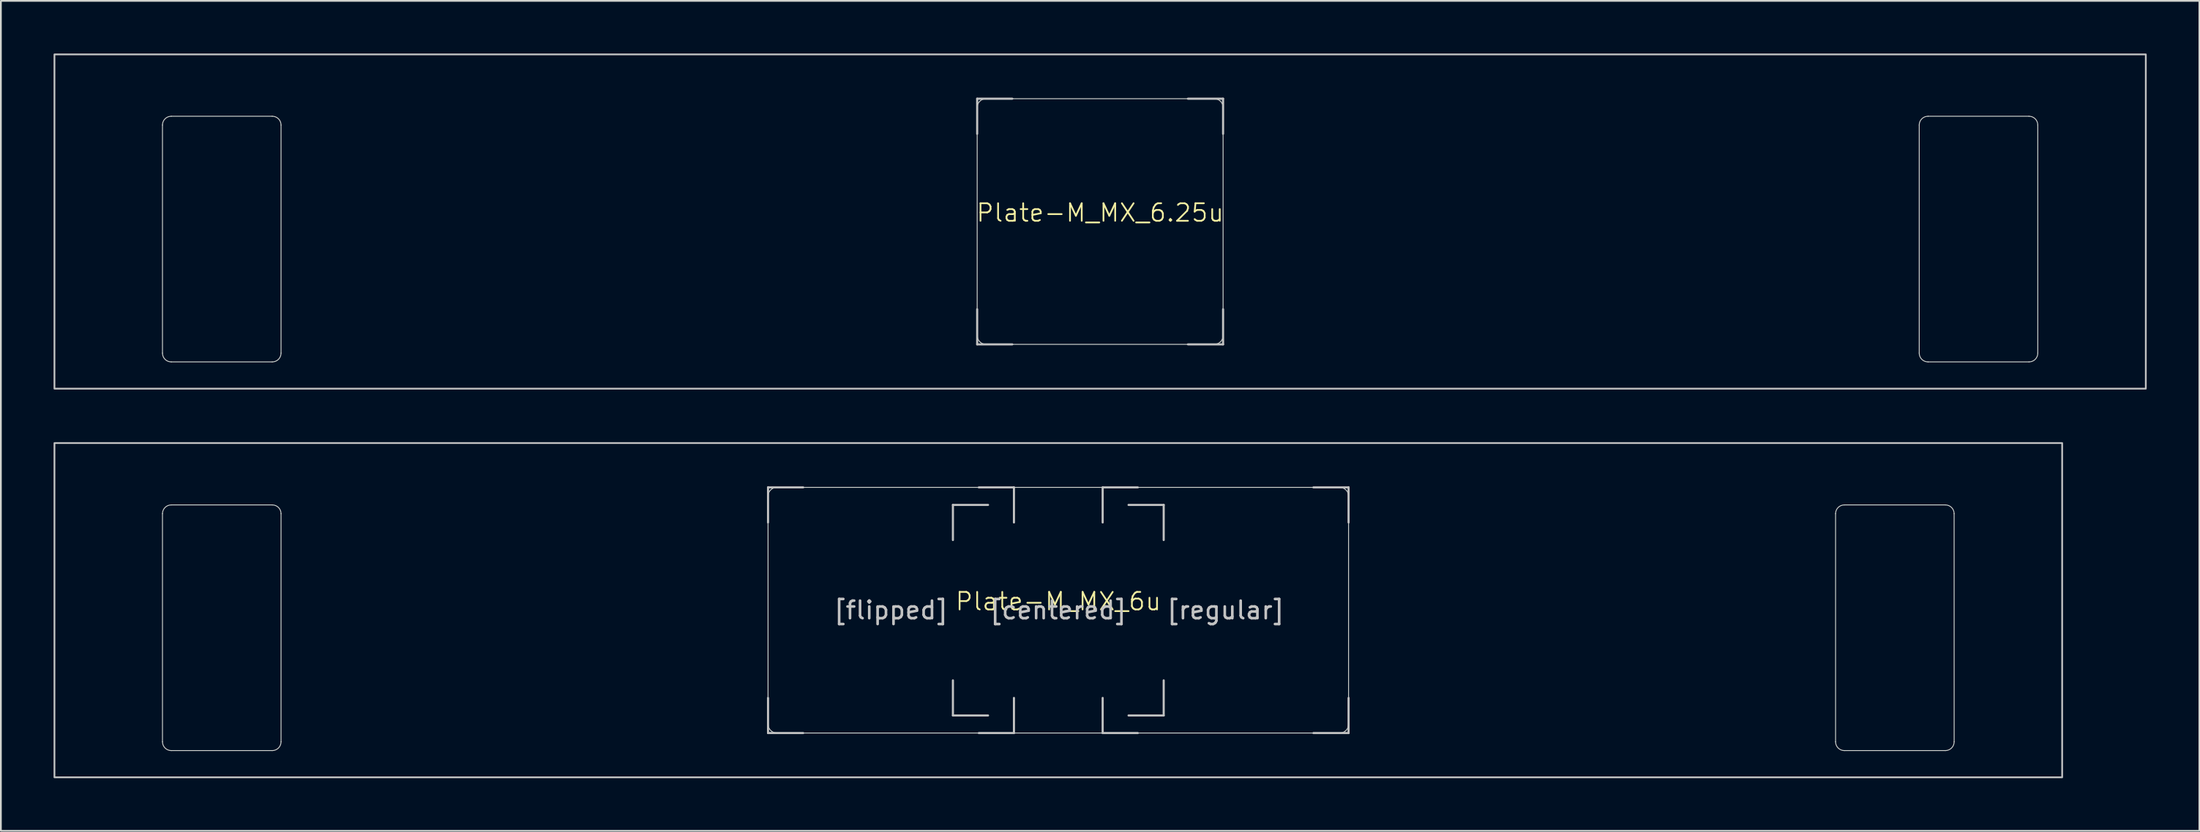
<source format=kicad_pcb>
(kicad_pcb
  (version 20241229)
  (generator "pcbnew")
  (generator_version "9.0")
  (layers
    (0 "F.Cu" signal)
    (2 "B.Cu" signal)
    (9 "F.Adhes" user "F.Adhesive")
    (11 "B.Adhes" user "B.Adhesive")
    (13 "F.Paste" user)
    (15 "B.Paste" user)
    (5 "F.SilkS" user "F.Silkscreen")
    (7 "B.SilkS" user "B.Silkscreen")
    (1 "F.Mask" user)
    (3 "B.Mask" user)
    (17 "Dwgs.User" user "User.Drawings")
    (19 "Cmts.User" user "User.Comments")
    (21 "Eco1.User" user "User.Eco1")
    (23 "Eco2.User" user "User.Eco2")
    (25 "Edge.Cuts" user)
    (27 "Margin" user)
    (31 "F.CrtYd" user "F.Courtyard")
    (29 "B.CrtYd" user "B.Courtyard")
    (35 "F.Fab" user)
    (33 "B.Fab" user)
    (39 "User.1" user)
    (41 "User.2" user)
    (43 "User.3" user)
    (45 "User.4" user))
  (footprint "Plate-M_MX_6u"
    (layer "F.Cu")
    (at 57.2 31.725)
    (property "Reference" "Plate-M_MX_6u" (at 0 -0.5 0) (unlocked yes) (layer "F.SilkS") (effects (font (size 1 1) (thickness 0.1))))
    (attr exclude_from_pos_files exclude_from_bom allow_missing_courtyard)
    (fp_line (start -51 -5.5) (end -51 7.5) (stroke (width 1.1) (type solid)) (layer "F.Mask"))
    (fp_line (start -50.5 -6) (end -44.75 -6) (stroke (width 1.1) (type solid)) (layer "F.Mask"))
    (fp_line (start -50.5 8) (end -44.75 8) (stroke (width 1.1) (type solid)) (layer "F.Mask"))
    (fp_line (start -44.25 -5.5) (end -44.25 7.5) (stroke (width 1.1) (type solid)) (layer "F.Mask"))
    (fp_line (start -16.525 -6.5) (end -16.525 6.5) (stroke (width 1.1) (type solid)) (layer "F.Mask"))
    (fp_line (start -16.025 7) (end 16.025 7) (stroke (width 1.1) (type solid)) (layer "F.Mask"))
    (fp_line (start 16.025 -7) (end -16.025 -7) (stroke (width 1.1) (type solid)) (layer "F.Mask"))
    (fp_line (start 16.525 6.5) (end 16.525 -6.5) (stroke (width 1.1) (type solid)) (layer "F.Mask"))
    (fp_line (start 44.25 -5.5) (end 44.25 7.5) (stroke (width 1.1) (type solid)) (layer "F.Mask"))
    (fp_line (start 44.75 -6) (end 50.5 -6) (stroke (width 1.1) (type solid)) (layer "F.Mask"))
    (fp_line (start 44.75 8) (end 50.5 8) (stroke (width 1.1) (type solid)) (layer "F.Mask"))
    (fp_line (start 51 -5.5) (end 51 7.5) (stroke (width 1.1) (type solid)) (layer "F.Mask"))
    (fp_arc (start -51 -5.499999) (mid -50.853553 -5.853552) (end -50.5 -5.999999) (stroke (width 1.1) (type solid)) (layer "F.Mask"))
    (fp_arc (start -50.5 8.000001) (mid -50.853553 7.853554) (end -51 7.500001) (stroke (width 1.1) (type solid)) (layer "F.Mask"))
    (fp_arc (start -44.75 -5.999999) (mid -44.396447 -5.853552) (end -44.25 -5.499999) (stroke (width 1.1) (type solid)) (layer "F.Mask"))
    (fp_arc (start -44.25 7.500001) (mid -44.396447 7.853554) (end -44.75 8.000001) (stroke (width 1.1) (type solid)) (layer "F.Mask"))
    (fp_arc (start -16.525 -6.5) (mid -16.378554 -6.853554) (end -16.025 -7) (stroke (width 1.1) (type solid)) (layer "F.Mask"))
    (fp_arc (start -16.022236 6.998884) (mid -16.37579 6.852438) (end -16.522236 6.498884) (stroke (width 1.1) (type solid)) (layer "F.Mask"))
    (fp_arc (start 16.025 -7) (mid 16.378553 -6.853553) (end 16.525 -6.5) (stroke (width 1.1) (type solid)) (layer "F.Mask"))
    (fp_arc (start 16.525 6.5) (mid 16.378553 6.853553) (end 16.025 7) (stroke (width 1.1) (type solid)) (layer "F.Mask"))
    (fp_arc (start 44.25 -5.499999) (mid 44.396447 -5.853552) (end 44.75 -5.999999) (stroke (width 1.1) (type solid)) (layer "F.Mask"))
    (fp_arc (start 44.75 8.000001) (mid 44.396447 7.853554) (end 44.25 7.500001) (stroke (width 1.1) (type solid)) (layer "F.Mask"))
    (fp_arc (start 50.5 -5.999999) (mid 50.853553 -5.853552) (end 51 -5.499999) (stroke (width 1.1) (type solid)) (layer "F.Mask"))
    (fp_arc (start 51 7.500001) (mid 50.853553 7.853554) (end 50.5 8.000001) (stroke (width 1.1) (type solid)) (layer "F.Mask"))
    (fp_line (start -51 -5.5) (end -51 7.5) (stroke (width 1.1) (type solid)) (layer "B.Mask"))
    (fp_line (start -44.75 -6) (end -50.5 -6) (stroke (width 1.1) (type solid)) (layer "B.Mask"))
    (fp_line (start -44.75 8) (end -50.5 8) (stroke (width 1.1) (type solid)) (layer "B.Mask"))
    (fp_line (start -44.25 -5.5) (end -44.25 7.5) (stroke (width 1.1) (type solid)) (layer "B.Mask"))
    (fp_line (start -16.525 6.5) (end -16.525 -6.5) (stroke (width 1.1) (type solid)) (layer "B.Mask"))
    (fp_line (start -16.025 -7) (end 16.025 -7) (stroke (width 1.1) (type solid)) (layer "B.Mask"))
    (fp_line (start 16.022 6.999) (end -16.025 7) (stroke (width 1.1) (type solid)) (layer "B.Mask"))
    (fp_line (start 16.525 -6.5) (end 16.525 6.5) (stroke (width 1.1) (type solid)) (layer "B.Mask"))
    (fp_line (start 44.25 -5.5) (end 44.25 7.5) (stroke (width 1.1) (type solid)) (layer "B.Mask"))
    (fp_line (start 50.5 -6) (end 44.75 -6) (stroke (width 1.1) (type solid)) (layer "B.Mask"))
    (fp_line (start 50.5 8) (end 44.75 8) (stroke (width 1.1) (type solid)) (layer "B.Mask"))
    (fp_line (start 51 -5.5) (end 51 7.5) (stroke (width 1.1) (type solid)) (layer "B.Mask"))
    (fp_arc (start -51 -5.499999) (mid -50.853553 -5.853552) (end -50.5 -5.999999) (stroke (width 1.1) (type solid)) (layer "B.Mask"))
    (fp_arc (start -50.5 8.000001) (mid -50.853553 7.853554) (end -51 7.500001) (stroke (width 1.1) (type solid)) (layer "B.Mask"))
    (fp_arc (start -44.75 -5.999999) (mid -44.396447 -5.853552) (end -44.25 -5.499999) (stroke (width 1.1) (type solid)) (layer "B.Mask"))
    (fp_arc (start -44.25 7.500001) (mid -44.396447 7.853554) (end -44.75 8.000001) (stroke (width 1.1) (type solid)) (layer "B.Mask"))
    (fp_arc (start -16.525 -6.5) (mid -16.378553 -6.853553) (end -16.025 -7) (stroke (width 1.1) (type solid)) (layer "B.Mask"))
    (fp_arc (start -16.025 7) (mid -16.378553 6.853553) (end -16.525 6.5) (stroke (width 1.1) (type solid)) (layer "B.Mask"))
    (fp_arc (start 16.025 -7) (mid 16.378553 -6.853553) (end 16.525 -6.5) (stroke (width 1.1) (type solid)) (layer "B.Mask"))
    (fp_arc (start 16.522236 6.498884) (mid 16.375797 6.85246) (end 16.022236 6.998884) (stroke (width 1.1) (type solid)) (layer "B.Mask"))
    (fp_arc (start 44.25 -5.499999) (mid 44.396447 -5.853552) (end 44.75 -5.999999) (stroke (width 1.1) (type solid)) (layer "B.Mask"))
    (fp_arc (start 44.75 8.000001) (mid 44.396447 7.853554) (end 44.25 7.500001) (stroke (width 1.1) (type solid)) (layer "B.Mask"))
    (fp_arc (start 50.5 -5.999999) (mid 50.853553 -5.853552) (end 51 -5.499999) (stroke (width 1.1) (type solid)) (layer "B.Mask"))
    (fp_arc (start 51 7.500001) (mid 50.853553 7.853554) (end 50.5 8.000001) (stroke (width 1.1) (type solid)) (layer "B.Mask"))
    (fp_line (start -16.525 -7) (end -14.525 -7) (stroke (width 0.12) (type solid)) (layer "Dwgs.User"))
    (fp_line (start -16.525 -5) (end -16.525 -7) (stroke (width 0.12) (type solid)) (layer "Dwgs.User"))
    (fp_line (start -16.525 7) (end -16.525 5) (stroke (width 0.12) (type solid)) (layer "Dwgs.User"))
    (fp_line (start -14.525 7) (end -16.525 7) (stroke (width 0.12) (type solid)) (layer "Dwgs.User"))
    (fp_line (start -6 -6) (end -4 -6) (stroke (width 0.12) (type solid)) (layer "Dwgs.User"))
    (fp_line (start -6 -4) (end -6 -6) (stroke (width 0.12) (type solid)) (layer "Dwgs.User"))
    (fp_line (start -6 6) (end -6 4) (stroke (width 0.12) (type solid)) (layer "Dwgs.User"))
    (fp_line (start -4.525 -7) (end -2.525 -7) (stroke (width 0.12) (type solid)) (layer "Dwgs.User"))
    (fp_line (start -4.525 7) (end -2.525 7) (stroke (width 0.12) (type solid)) (layer "Dwgs.User"))
    (fp_line (start -4 6) (end -6 6) (stroke (width 0.12) (type solid)) (layer "Dwgs.User"))
    (fp_line (start -2.525 -7) (end -2.525 -5) (stroke (width 0.12) (type solid)) (layer "Dwgs.User"))
    (fp_line (start -2.525 7) (end -2.525 5) (stroke (width 0.12) (type solid)) (layer "Dwgs.User"))
    (fp_line (start 2.525 -7) (end 4.525 -7) (stroke (width 0.12) (type solid)) (layer "Dwgs.User"))
    (fp_line (start 2.525 -5) (end 2.525 -7) (stroke (width 0.12) (type solid)) (layer "Dwgs.User"))
    (fp_line (start 2.525 7) (end 2.525 5) (stroke (width 0.12) (type solid)) (layer "Dwgs.User"))
    (fp_line (start 4 6) (end 6 6) (stroke (width 0.12) (type solid)) (layer "Dwgs.User"))
    (fp_line (start 4.525 7) (end 2.525 7) (stroke (width 0.12) (type solid)) (layer "Dwgs.User"))
    (fp_line (start 6 -6) (end 4 -6) (stroke (width 0.12) (type solid)) (layer "Dwgs.User"))
    (fp_line (start 6 -4) (end 6 -6) (stroke (width 0.12) (type solid)) (layer "Dwgs.User"))
    (fp_line (start 6 6) (end 6 4) (stroke (width 0.12) (type solid)) (layer "Dwgs.User"))
    (fp_line (start 14.525 -7) (end 16.525 -7) (stroke (width 0.12) (type solid)) (layer "Dwgs.User"))
    (fp_line (start 14.525 7) (end 16.525 7) (stroke (width 0.12) (type solid)) (layer "Dwgs.User"))
    (fp_line (start 16.525 -7) (end 16.525 -5) (stroke (width 0.12) (type solid)) (layer "Dwgs.User"))
    (fp_line (start 16.525 7) (end 16.525 5) (stroke (width 0.12) (type solid)) (layer "Dwgs.User"))
    (fp_rect (start -57.15 -9.525) (end 57.15 9.525) (stroke (width 0.1) (type solid)) (fill no) (layer "Dwgs.User"))
    (fp_line (start -51 -5.5) (end -51 7.5) (stroke (width 0.05) (type solid)) (layer "Edge.Cuts"))
    (fp_line (start -50.5 -6) (end -44.75 -6) (stroke (width 0.05) (type solid)) (layer "Edge.Cuts"))
    (fp_line (start -50.5 8) (end -44.75 8) (stroke (width 0.05) (type solid)) (layer "Edge.Cuts"))
    (fp_line (start -44.25 -5.5) (end -44.25 7.5) (stroke (width 0.05) (type solid)) (layer "Edge.Cuts"))
    (fp_line (start -16.525 -6.5) (end -16.525 6.5) (stroke (width 0.05) (type solid)) (layer "Edge.Cuts"))
    (fp_line (start -16.025 7) (end 16.025 7) (stroke (width 0.05) (type solid)) (layer "Edge.Cuts"))
    (fp_line (start 16.025 -7) (end -16.025 -7) (stroke (width 0.05) (type solid)) (layer "Edge.Cuts"))
    (fp_line (start 16.525 6.5) (end 16.525 -6.5) (stroke (width 0.05) (type solid)) (layer "Edge.Cuts"))
    (fp_line (start 44.251 -5.5) (end 44.251 7.5) (stroke (width 0.05) (type solid)) (layer "Edge.Cuts"))
    (fp_line (start 44.751 -6) (end 50.499 -6) (stroke (width 0.05) (type solid)) (layer "Edge.Cuts"))
    (fp_line (start 44.751 8) (end 50.501 8) (stroke (width 0.05) (type solid)) (layer "Edge.Cuts"))
    (fp_line (start 50.999 -5.5) (end 51.001 7.5) (stroke (width 0.05) (type solid)) (layer "Edge.Cuts"))
    (fp_arc (start -51 -5.499999) (mid -50.853553 -5.853552) (end -50.5 -5.999999) (stroke (width 0.05) (type solid)) (layer "Edge.Cuts"))
    (fp_arc (start -50.5 8.000001) (mid -50.853553 7.853554) (end -51 7.500001) (stroke (width 0.05) (type solid)) (layer "Edge.Cuts"))
    (fp_arc (start -44.75 -5.999999) (mid -44.396447 -5.853552) (end -44.25 -5.499999) (stroke (width 0.05) (type solid)) (layer "Edge.Cuts"))
    (fp_arc (start -44.25 7.500001) (mid -44.396447 7.853554) (end -44.75 8.000001) (stroke (width 0.05) (type solid)) (layer "Edge.Cuts"))
    (fp_arc (start -16.525 -6.5) (mid -16.378553 -6.853553) (end -16.025 -7) (stroke (width 0.05) (type solid)) (layer "Edge.Cuts"))
    (fp_arc (start -16.022236 6.998884) (mid -16.375789 6.852437) (end -16.522236 6.498884) (stroke (width 0.05) (type solid)) (layer "Edge.Cuts"))
    (fp_arc (start 16.025 -7) (mid 16.378553 -6.853553) (end 16.525 -6.5) (stroke (width 0.05) (type solid)) (layer "Edge.Cuts"))
    (fp_arc (start 16.525 6.5) (mid 16.378553 6.853553) (end 16.025 7) (stroke (width 0.05) (type solid)) (layer "Edge.Cuts"))
    (fp_arc (start 44.250605 -5.499999) (mid 44.397049 -5.853569) (end 44.750605 -5.999999) (stroke (width 0.05) (type solid)) (layer "Edge.Cuts"))
    (fp_arc (start 44.750605 8.000001) (mid 44.397045 7.853545) (end 44.250605 7.500001) (stroke (width 0.05) (type solid)) (layer "Edge.Cuts"))
    (fp_arc (start 50.499394 -5.999999) (mid 50.852954 -5.853543) (end 50.999394 -5.499999) (stroke (width 0.05) (type solid)) (layer "Edge.Cuts"))
    (fp_arc (start 51.000605 7.500001) (mid 50.854155 7.853538) (end 50.500605 8.000001) (stroke (width 0.05) (type solid)) (layer "Edge.Cuts"))
    (fp_text user "[flipped]" (at -9.525 0 0) (layer "Dwgs.User") (effects (font (size 1 1) (thickness 0.15))))
    (fp_text user "[centered]" (at 0 0 0) (layer "Dwgs.User") (effects (font (size 1 1) (thickness 0.15))))
    (fp_text user "[regular]" (at 9.525 0 0) (layer "Dwgs.User") (effects (font (size 1 1) (thickness 0.15)))))
  (footprint "Plate-M_MX_6.25u"
    (layer "F.Cu")
    (at 59.581 9.575)
    (property "Reference" "Plate-M_MX_6.25u" (at 0 -0.5 0) (unlocked yes) (layer "F.SilkS") (effects (font (size 1 1) (thickness 0.1))))
    (attr exclude_from_pos_files exclude_from_bom allow_missing_courtyard)
    (fp_line (start -53.381 -5.5) (end -53.381 7.5) (stroke (width 1.1) (type solid)) (layer "F.Mask"))
    (fp_line (start -52.881 -6) (end -47.131 -6) (stroke (width 1.1) (type solid)) (layer "F.Mask"))
    (fp_line (start -52.881 8) (end -47.131 8) (stroke (width 1.1) (type solid)) (layer "F.Mask"))
    (fp_line (start -46.631 -5.5) (end -46.631 7.5) (stroke (width 1.1) (type solid)) (layer "F.Mask"))
    (fp_line (start -7 -6.5) (end -7 6.5) (stroke (width 1.1) (type solid)) (layer "F.Mask"))
    (fp_line (start -6.5 7) (end 6.5 7) (stroke (width 1.1) (type solid)) (layer "F.Mask"))
    (fp_line (start 6.5 -7) (end -6.5 -7) (stroke (width 1.1) (type solid)) (layer "F.Mask"))
    (fp_line (start 7 6.5) (end 7 -6.5) (stroke (width 1.1) (type solid)) (layer "F.Mask"))
    (fp_line (start 46.631 -5.5) (end 46.631 7.5) (stroke (width 1.1) (type solid)) (layer "F.Mask"))
    (fp_line (start 47.131 -6) (end 52.881 -6) (stroke (width 1.1) (type solid)) (layer "F.Mask"))
    (fp_line (start 47.131 8) (end 52.881 8) (stroke (width 1.1) (type solid)) (layer "F.Mask"))
    (fp_line (start 53.381 -5.5) (end 53.381 7.5) (stroke (width 1.1) (type solid)) (layer "F.Mask"))
    (fp_arc (start -53.38125 -5.499999) (mid -53.234803 -5.853552) (end -52.88125 -5.999999) (stroke (width 1.1) (type solid)) (layer "F.Mask"))
    (fp_arc (start -52.88125 8.000001) (mid -53.234803 7.853554) (end -53.38125 7.500001) (stroke (width 1.1) (type solid)) (layer "F.Mask"))
    (fp_arc (start -47.13125 -5.999999) (mid -46.777697 -5.853552) (end -46.63125 -5.499999) (stroke (width 1.1) (type solid)) (layer "F.Mask"))
    (fp_arc (start -46.63125 7.500001) (mid -46.777697 7.853554) (end -47.13125 8.000001) (stroke (width 1.1) (type solid)) (layer "F.Mask"))
    (fp_arc (start -7 -6.5) (mid -6.853554 -6.853554) (end -6.5 -7) (stroke (width 1.1) (type solid)) (layer "F.Mask"))
    (fp_arc (start -6.497236 6.998884) (mid -6.85079 6.852438) (end -6.997236 6.498884) (stroke (width 1.1) (type solid)) (layer "F.Mask"))
    (fp_arc (start 6.5 -7) (mid 6.853554 -6.853554) (end 7 -6.5) (stroke (width 1.1) (type solid)) (layer "F.Mask"))
    (fp_arc (start 7 6.5) (mid 6.853554 6.853554) (end 6.5 7) (stroke (width 1.1) (type solid)) (layer "F.Mask"))
    (fp_arc (start 46.63125 -5.499999) (mid 46.777697 -5.853552) (end 47.13125 -5.999999) (stroke (width 1.1) (type solid)) (layer "F.Mask"))
    (fp_arc (start 47.13125 8.000001) (mid 46.777697 7.853554) (end 46.63125 7.500001) (stroke (width 1.1) (type solid)) (layer "F.Mask"))
    (fp_arc (start 52.88125 -5.999999) (mid 53.234803 -5.853552) (end 53.38125 -5.499999) (stroke (width 1.1) (type solid)) (layer "F.Mask"))
    (fp_arc (start 53.38125 7.500001) (mid 53.234803 7.853554) (end 52.88125 8.000001) (stroke (width 1.1) (type solid)) (layer "F.Mask"))
    (fp_line (start -53.381 -5.5) (end -53.381 7.5) (stroke (width 1.1) (type solid)) (layer "B.Mask"))
    (fp_line (start -47.131 -6) (end -52.881 -6) (stroke (width 1.1) (type solid)) (layer "B.Mask"))
    (fp_line (start -47.131 8) (end -52.881 8) (stroke (width 1.1) (type solid)) (layer "B.Mask"))
    (fp_line (start -46.631 -5.5) (end -46.631 7.5) (stroke (width 1.1) (type solid)) (layer "B.Mask"))
    (fp_line (start -7 6.5) (end -7 -6.5) (stroke (width 1.1) (type solid)) (layer "B.Mask"))
    (fp_line (start -6.5 -7) (end 6.5 -7) (stroke (width 1.1) (type solid)) (layer "B.Mask"))
    (fp_line (start 6.5 7) (end -6.5 7) (stroke (width 1.1) (type solid)) (layer "B.Mask"))
    (fp_line (start 7 -6.5) (end 7 6.5) (stroke (width 1.1) (type solid)) (layer "B.Mask"))
    (fp_line (start 46.631 -5.5) (end 46.631 7.5) (stroke (width 1.1) (type solid)) (layer "B.Mask"))
    (fp_line (start 52.881 -6) (end 47.131 -6) (stroke (width 1.1) (type solid)) (layer "B.Mask"))
    (fp_line (start 52.881 8) (end 47.131 8) (stroke (width 1.1) (type solid)) (layer "B.Mask"))
    (fp_line (start 53.381 -5.5) (end 53.381 7.5) (stroke (width 1.1) (type solid)) (layer "B.Mask"))
    (fp_arc (start -53.38125 -5.499999) (mid -53.234803 -5.853552) (end -52.88125 -5.999999) (stroke (width 1.1) (type solid)) (layer "B.Mask"))
    (fp_arc (start -52.88125 8.000001) (mid -53.234803 7.853554) (end -53.38125 7.500001) (stroke (width 1.1) (type solid)) (layer "B.Mask"))
    (fp_arc (start -47.13125 -5.999999) (mid -46.777697 -5.853552) (end -46.63125 -5.499999) (stroke (width 1.1) (type solid)) (layer "B.Mask"))
    (fp_arc (start -46.63125 7.500001) (mid -46.777697 7.853554) (end -47.13125 8.000001) (stroke (width 1.1) (type solid)) (layer "B.Mask"))
    (fp_arc (start -7 -6.5) (mid -6.853553 -6.853553) (end -6.5 -7) (stroke (width 1.1) (type solid)) (layer "B.Mask"))
    (fp_arc (start -6.5 7) (mid -6.853553 6.853553) (end -7 6.5) (stroke (width 1.1) (type solid)) (layer "B.Mask"))
    (fp_arc (start 6.5 -7) (mid 6.853554 -6.853554) (end 7 -6.5) (stroke (width 1.1) (type solid)) (layer "B.Mask"))
    (fp_arc (start 6.997236 6.498884) (mid 6.85079 6.852438) (end 6.497236 6.998884) (stroke (width 1.1) (type solid)) (layer "B.Mask"))
    (fp_arc (start 46.63125 -5.499999) (mid 46.777697 -5.853552) (end 47.13125 -5.999999) (stroke (width 1.1) (type solid)) (layer "B.Mask"))
    (fp_arc (start 47.13125 8.000001) (mid 46.777697 7.853554) (end 46.63125 7.500001) (stroke (width 1.1) (type solid)) (layer "B.Mask"))
    (fp_arc (start 52.88125 -5.999999) (mid 53.234803 -5.853552) (end 53.38125 -5.499999) (stroke (width 1.1) (type solid)) (layer "B.Mask"))
    (fp_arc (start 53.38125 7.500001) (mid 53.234803 7.853554) (end 52.88125 8.000001) (stroke (width 1.1) (type solid)) (layer "B.Mask"))
    (fp_line (start -7 -7) (end -5 -7) (stroke (width 0.12) (type solid)) (layer "Dwgs.User"))
    (fp_line (start -7 -5) (end -7 -7) (stroke (width 0.12) (type solid)) (layer "Dwgs.User"))
    (fp_line (start -7 7) (end -7 5) (stroke (width 0.12) (type solid)) (layer "Dwgs.User"))
    (fp_line (start -5 7) (end -7 7) (stroke (width 0.12) (type solid)) (layer "Dwgs.User"))
    (fp_line (start 5 -7) (end 7 -7) (stroke (width 0.12) (type solid)) (layer "Dwgs.User"))
    (fp_line (start 5 7) (end 7 7) (stroke (width 0.12) (type solid)) (layer "Dwgs.User"))
    (fp_line (start 7 -7) (end 7 -5) (stroke (width 0.12) (type solid)) (layer "Dwgs.User"))
    (fp_line (start 7 7) (end 7 5) (stroke (width 0.12) (type solid)) (layer "Dwgs.User"))
    (fp_rect (start -59.531 -9.525) (end 59.531 9.525) (stroke (width 0.1) (type solid)) (fill no) (layer "Dwgs.User"))
    (fp_line (start -53.381 -5.5) (end -53.381 7.5) (stroke (width 0.05) (type solid)) (layer "Edge.Cuts"))
    (fp_line (start -52.881 -6) (end -47.131 -6) (stroke (width 0.05) (type solid)) (layer "Edge.Cuts"))
    (fp_line (start -52.881 8) (end -47.131 8) (stroke (width 0.05) (type solid)) (layer "Edge.Cuts"))
    (fp_line (start -46.631 -5.5) (end -46.631 7.5) (stroke (width 0.05) (type solid)) (layer "Edge.Cuts"))
    (fp_line (start -7 -6.5) (end -7 6.5) (stroke (width 0.05) (type solid)) (layer "Edge.Cuts"))
    (fp_line (start -6.5 7) (end 6.5 7) (stroke (width 0.05) (type solid)) (layer "Edge.Cuts"))
    (fp_line (start 6.5 -7) (end -6.5 -7) (stroke (width 0.05) (type solid)) (layer "Edge.Cuts"))
    (fp_line (start 7 6.5) (end 7 -6.5) (stroke (width 0.05) (type solid)) (layer "Edge.Cuts"))
    (fp_line (start 46.632 -5.5) (end 46.632 7.5) (stroke (width 0.05) (type solid)) (layer "Edge.Cuts"))
    (fp_line (start 47.132 -6) (end 52.881 -6) (stroke (width 0.05) (type solid)) (layer "Edge.Cuts"))
    (fp_line (start 47.132 8) (end 52.882 8) (stroke (width 0.05) (type solid)) (layer "Edge.Cuts"))
    (fp_line (start 53.381 -5.5) (end 53.382 7.5) (stroke (width 0.05) (type solid)) (layer "Edge.Cuts"))
    (fp_arc (start -53.38125 -5.499999) (mid -53.234803 -5.853552) (end -52.88125 -5.999999) (stroke (width 0.05) (type solid)) (layer "Edge.Cuts"))
    (fp_arc (start -52.88125 8.000001) (mid -53.234803 7.853554) (end -53.38125 7.500001) (stroke (width 0.05) (type solid)) (layer "Edge.Cuts"))
    (fp_arc (start -47.13125 -5.999999) (mid -46.777697 -5.853552) (end -46.63125 -5.499999) (stroke (width 0.05) (type solid)) (layer "Edge.Cuts"))
    (fp_arc (start -46.63125 7.500001) (mid -46.777697 7.853554) (end -47.13125 8.000001) (stroke (width 0.05) (type solid)) (layer "Edge.Cuts"))
    (fp_arc (start -7 -6.5) (mid -6.853553 -6.853553) (end -6.5 -7) (stroke (width 0.05) (type solid)) (layer "Edge.Cuts"))
    (fp_arc (start -6.497236 6.998884) (mid -6.850789 6.852437) (end -6.997236 6.498884) (stroke (width 0.05) (type solid)) (layer "Edge.Cuts"))
    (fp_arc (start 6.5 -7) (mid 6.853554 -6.853554) (end 7 -6.5) (stroke (width 0.05) (type solid)) (layer "Edge.Cuts"))
    (fp_arc (start 7 6.5) (mid 6.853554 6.853554) (end 6.5 7) (stroke (width 0.05) (type solid)) (layer "Edge.Cuts"))
    (fp_arc (start 46.631855 -5.499999) (mid 46.778302 -5.853551) (end 47.131855 -5.999999) (stroke (width 0.05) (type solid)) (layer "Edge.Cuts"))
    (fp_arc (start 47.131855 8.000001) (mid 46.778327 7.853527) (end 46.631855 7.500001) (stroke (width 0.05) (type solid)) (layer "Edge.Cuts"))
    (fp_arc (start 52.880644 -5.999999) (mid 53.234172 -5.853525) (end 53.380644 -5.499999) (stroke (width 0.05) (type solid)) (layer "Edge.Cuts"))
    (fp_arc (start 53.381855 7.500001) (mid 53.235408 7.853556) (end 52.881855 8.000001) (stroke (width 0.05) (type solid)) (layer "Edge.Cuts")))
  (gr_rect
    (start -3 -3)
    (end 122.162 44.3)
    (stroke (width 0.1) (type default))
    (fill no)
    (layer "Edge.Cuts")))
</source>
